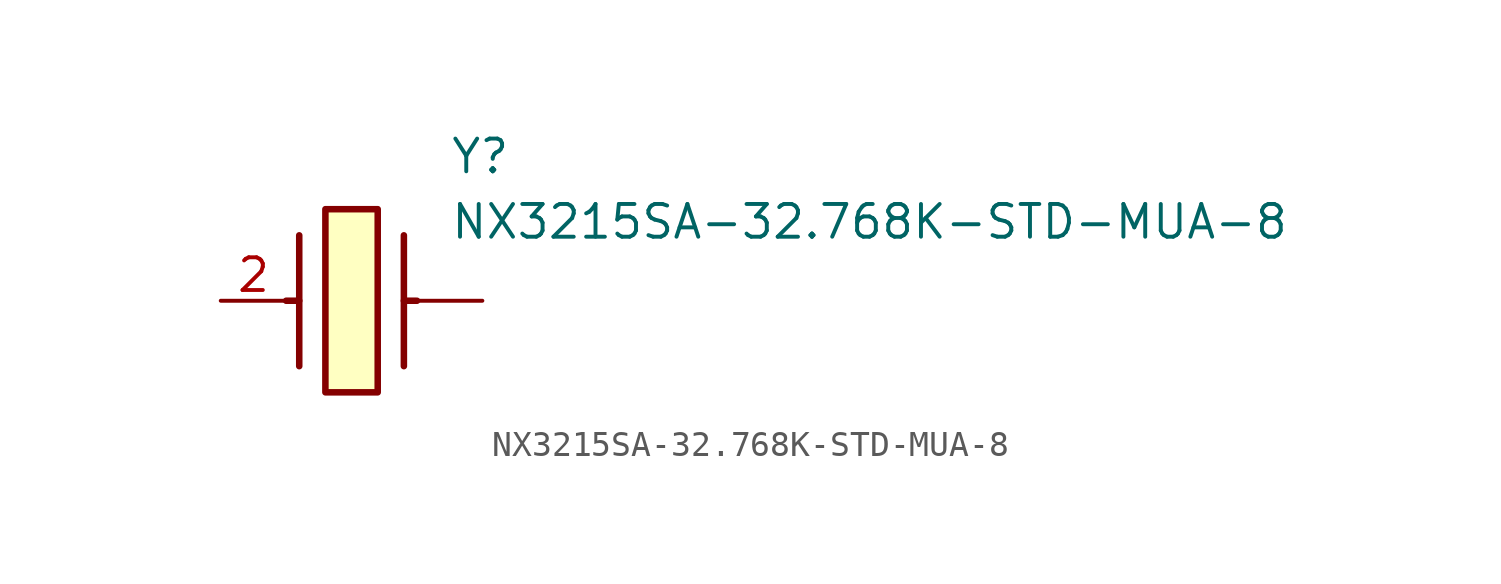
<source format=kicad_sym>
(kicad_symbol_lib
  (version 20211014)
  (generator SamacSys_ECAD_Model)
  (symbol "NX3215SA-32.768K-STD-MUA-8"
    (pin_names hide)
    (property "Reference" "Y"
      (at 8.89 6.35 0)
      (effects (font (size 1.27 1.27)) (justify left top)))
    (property "Value" "NX3215SA-32.768K-STD-MUA-8"
      (at 8.89 3.81 0)
      (effects (font (size 1.27 1.27)) (justify left top)))
    (rectangle
      (start 4.064 3.556)
      (end 6.096 -3.556)
      (stroke (width 0.254) (type default))
      (fill (type background)))
    (polyline
      (pts (xy 3.048 2.54) (xy 3.048 -2.54))
      (stroke (width 0.254) (type default))
      (fill (type none)))
    (polyline
      (pts (xy 7.112 2.54) (xy 7.112 -2.54))
      (stroke (width 0.254) (type default))
      (fill (type none)))
    (polyline
      (pts (xy 7.112 0) (xy 7.62 0))
      (stroke (width 0.254) (type default))
      (fill (type none)))
    (polyline
      (pts (xy 3.048 0) (xy 2.54 0))
      (stroke (width 0.254) (type default))
      (fill (type none)))
    (pin passive line
      (at 0 0 0)
      (length 2.54)
      (name "CRYSTAL_2" (effects (font (size 1.27 1.27))))
      (number "2" (effects (font (size 1.27 1.27)))))
    (pin passive line
      (at 10.16 0 180)
      (length 2.54)
      (name "" (effects (font (size 1.27 1.27))))
      (number "" (effects (font (size 1.27 1.27)))))))
</source>
